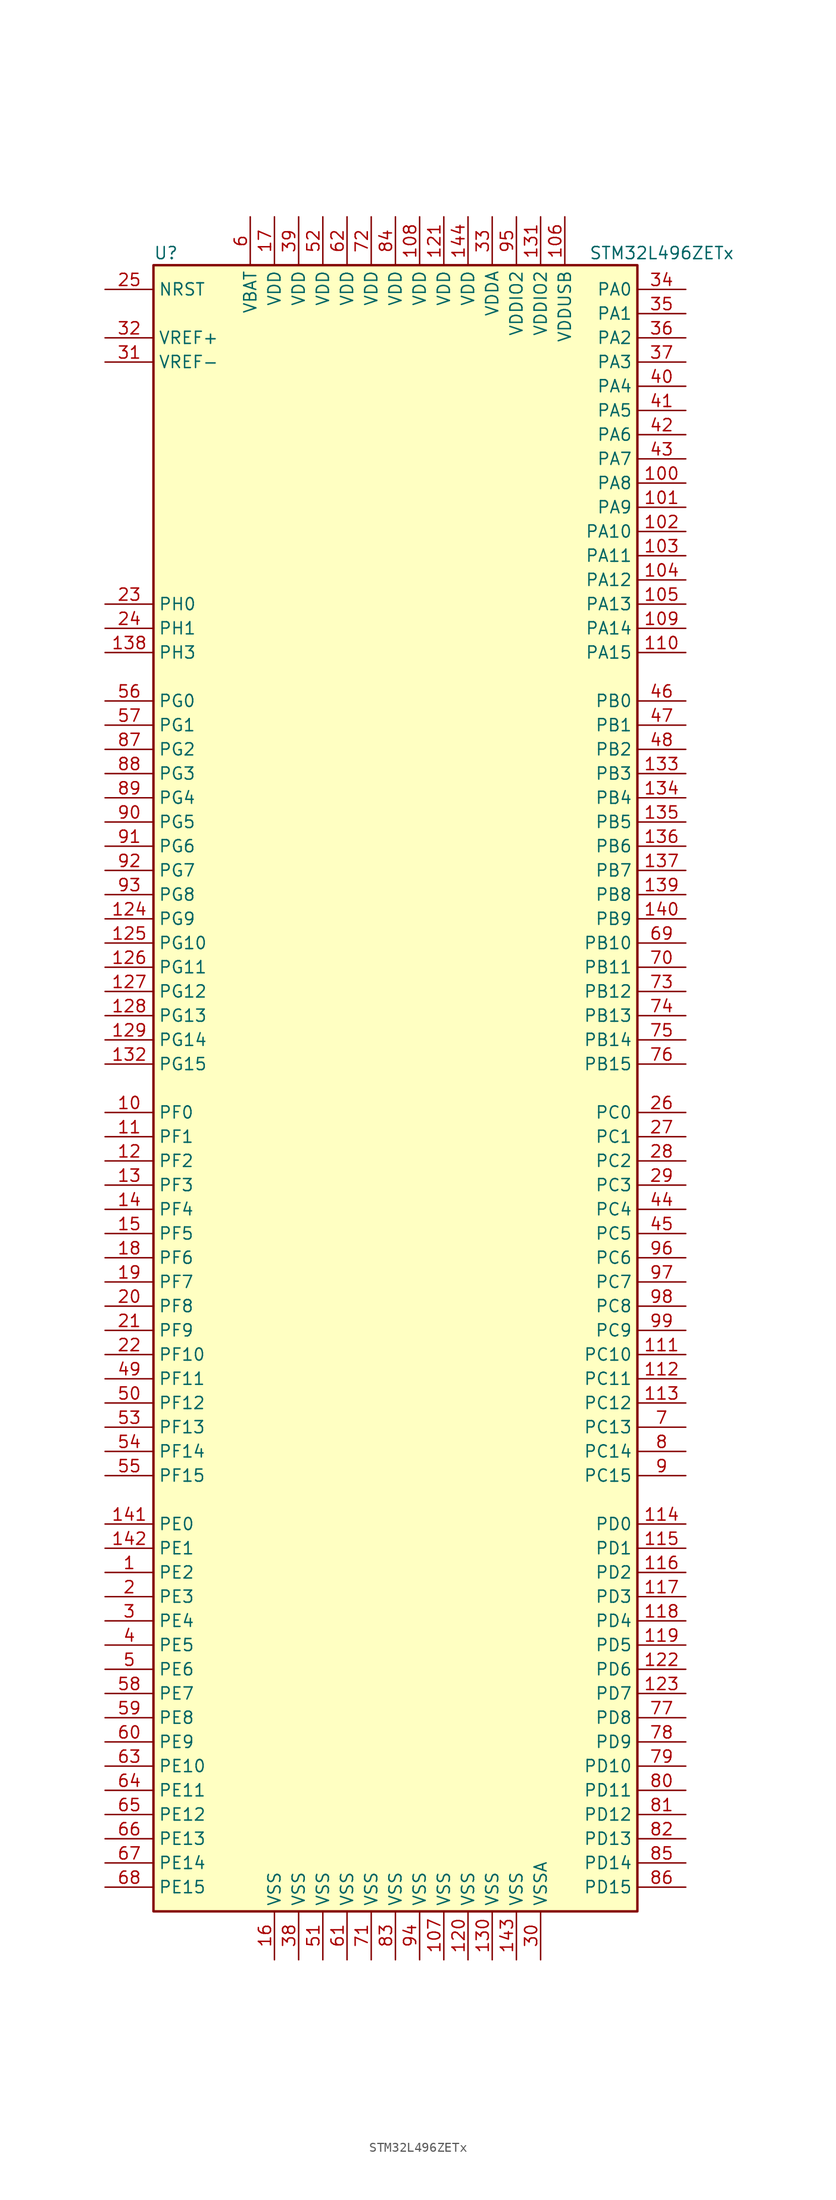
<source format=kicad_sym>
(kicad_symbol_lib
  (version 20201005)
  (generator kicad_symbol_editor)
  (symbol "MCU_ST_STM32L4:STM32L496ZETx"
    (property "Reference" "U"
      (at -25.4 87.63 0)
      (effects (font (size 1.27 1.27)) (justify left)))
    (property "Value" "STM32L496ZETx"
      (at 20.32 87.63 0)
      (effects (font (size 1.27 1.27)) (justify left)))
    (symbol "STM32L496ZETx_0_1"
      (rectangle (start -25.4 -86.36) (end 25.4 86.36) (stroke (width 0.254)) (fill (type background))))
    (symbol "STM32L496ZETx_1_1"
      (pin bidirectional line (at -30.48 -50.8 0) (length 5.08) (name "PE2" (effects (font (size 1.27 1.27)))) (number "1" (effects (font (size 1.27 1.27)))))
      (pin bidirectional line (at -30.48 -2.54 0) (length 5.08) (name "PF0" (effects (font (size 1.27 1.27)))) (number "10" (effects (font (size 1.27 1.27)))))
      (pin bidirectional line (at 30.48 63.5 180) (length 5.08) (name "PA8" (effects (font (size 1.27 1.27)))) (number "100" (effects (font (size 1.27 1.27)))))
      (pin bidirectional line (at 30.48 60.96 180) (length 5.08) (name "PA9" (effects (font (size 1.27 1.27)))) (number "101" (effects (font (size 1.27 1.27)))))
      (pin bidirectional line (at 30.48 58.42 180) (length 5.08) (name "PA10" (effects (font (size 1.27 1.27)))) (number "102" (effects (font (size 1.27 1.27)))))
      (pin bidirectional line (at 30.48 55.88 180) (length 5.08) (name "PA11" (effects (font (size 1.27 1.27)))) (number "103" (effects (font (size 1.27 1.27)))))
      (pin bidirectional line (at 30.48 53.34 180) (length 5.08) (name "PA12" (effects (font (size 1.27 1.27)))) (number "104" (effects (font (size 1.27 1.27)))))
      (pin bidirectional line (at 30.48 50.8 180) (length 5.08) (name "PA13" (effects (font (size 1.27 1.27)))) (number "105" (effects (font (size 1.27 1.27)))))
      (pin power_in line (at 17.78 91.44 270) (length 5.08) (name "VDDUSB" (effects (font (size 1.27 1.27)))) (number "106" (effects (font (size 1.27 1.27)))))
      (pin power_in line (at 5.08 -91.44 90) (length 5.08) (name "VSS" (effects (font (size 1.27 1.27)))) (number "107" (effects (font (size 1.27 1.27)))))
      (pin power_in line (at 2.54 91.44 270) (length 5.08) (name "VDD" (effects (font (size 1.27 1.27)))) (number "108" (effects (font (size 1.27 1.27)))))
      (pin bidirectional line (at 30.48 48.26 180) (length 5.08) (name "PA14" (effects (font (size 1.27 1.27)))) (number "109" (effects (font (size 1.27 1.27)))))
      (pin bidirectional line (at -30.48 -5.08 0) (length 5.08) (name "PF1" (effects (font (size 1.27 1.27)))) (number "11" (effects (font (size 1.27 1.27)))))
      (pin bidirectional line (at 30.48 45.72 180) (length 5.08) (name "PA15" (effects (font (size 1.27 1.27)))) (number "110" (effects (font (size 1.27 1.27)))))
      (pin bidirectional line (at 30.48 -27.94 180) (length 5.08) (name "PC10" (effects (font (size 1.27 1.27)))) (number "111" (effects (font (size 1.27 1.27)))))
      (pin bidirectional line (at 30.48 -30.48 180) (length 5.08) (name "PC11" (effects (font (size 1.27 1.27)))) (number "112" (effects (font (size 1.27 1.27)))))
      (pin bidirectional line (at 30.48 -33.02 180) (length 5.08) (name "PC12" (effects (font (size 1.27 1.27)))) (number "113" (effects (font (size 1.27 1.27)))))
      (pin bidirectional line (at 30.48 -45.72 180) (length 5.08) (name "PD0" (effects (font (size 1.27 1.27)))) (number "114" (effects (font (size 1.27 1.27)))))
      (pin bidirectional line (at 30.48 -48.26 180) (length 5.08) (name "PD1" (effects (font (size 1.27 1.27)))) (number "115" (effects (font (size 1.27 1.27)))))
      (pin bidirectional line (at 30.48 -50.8 180) (length 5.08) (name "PD2" (effects (font (size 1.27 1.27)))) (number "116" (effects (font (size 1.27 1.27)))))
      (pin bidirectional line (at 30.48 -53.34 180) (length 5.08) (name "PD3" (effects (font (size 1.27 1.27)))) (number "117" (effects (font (size 1.27 1.27)))))
      (pin bidirectional line (at 30.48 -55.88 180) (length 5.08) (name "PD4" (effects (font (size 1.27 1.27)))) (number "118" (effects (font (size 1.27 1.27)))))
      (pin bidirectional line (at 30.48 -58.42 180) (length 5.08) (name "PD5" (effects (font (size 1.27 1.27)))) (number "119" (effects (font (size 1.27 1.27)))))
      (pin bidirectional line (at -30.48 -7.62 0) (length 5.08) (name "PF2" (effects (font (size 1.27 1.27)))) (number "12" (effects (font (size 1.27 1.27)))))
      (pin power_in line (at 7.62 -91.44 90) (length 5.08) (name "VSS" (effects (font (size 1.27 1.27)))) (number "120" (effects (font (size 1.27 1.27)))))
      (pin power_in line (at 5.08 91.44 270) (length 5.08) (name "VDD" (effects (font (size 1.27 1.27)))) (number "121" (effects (font (size 1.27 1.27)))))
      (pin bidirectional line (at 30.48 -60.96 180) (length 5.08) (name "PD6" (effects (font (size 1.27 1.27)))) (number "122" (effects (font (size 1.27 1.27)))))
      (pin bidirectional line (at 30.48 -63.5 180) (length 5.08) (name "PD7" (effects (font (size 1.27 1.27)))) (number "123" (effects (font (size 1.27 1.27)))))
      (pin bidirectional line (at -30.48 17.78 0) (length 5.08) (name "PG9" (effects (font (size 1.27 1.27)))) (number "124" (effects (font (size 1.27 1.27)))))
      (pin bidirectional line (at -30.48 15.24 0) (length 5.08) (name "PG10" (effects (font (size 1.27 1.27)))) (number "125" (effects (font (size 1.27 1.27)))))
      (pin bidirectional line (at -30.48 12.7 0) (length 5.08) (name "PG11" (effects (font (size 1.27 1.27)))) (number "126" (effects (font (size 1.27 1.27)))))
      (pin bidirectional line (at -30.48 10.16 0) (length 5.08) (name "PG12" (effects (font (size 1.27 1.27)))) (number "127" (effects (font (size 1.27 1.27)))))
      (pin bidirectional line (at -30.48 7.62 0) (length 5.08) (name "PG13" (effects (font (size 1.27 1.27)))) (number "128" (effects (font (size 1.27 1.27)))))
      (pin bidirectional line (at -30.48 5.08 0) (length 5.08) (name "PG14" (effects (font (size 1.27 1.27)))) (number "129" (effects (font (size 1.27 1.27)))))
      (pin bidirectional line (at -30.48 -10.16 0) (length 5.08) (name "PF3" (effects (font (size 1.27 1.27)))) (number "13" (effects (font (size 1.27 1.27)))))
      (pin power_in line (at 10.16 -91.44 90) (length 5.08) (name "VSS" (effects (font (size 1.27 1.27)))) (number "130" (effects (font (size 1.27 1.27)))))
      (pin power_in line (at 15.24 91.44 270) (length 5.08) (name "VDDIO2" (effects (font (size 1.27 1.27)))) (number "131" (effects (font (size 1.27 1.27)))))
      (pin bidirectional line (at -30.48 2.54 0) (length 5.08) (name "PG15" (effects (font (size 1.27 1.27)))) (number "132" (effects (font (size 1.27 1.27)))))
      (pin bidirectional line (at 30.48 33.02 180) (length 5.08) (name "PB3" (effects (font (size 1.27 1.27)))) (number "133" (effects (font (size 1.27 1.27)))))
      (pin bidirectional line (at 30.48 30.48 180) (length 5.08) (name "PB4" (effects (font (size 1.27 1.27)))) (number "134" (effects (font (size 1.27 1.27)))))
      (pin bidirectional line (at 30.48 27.94 180) (length 5.08) (name "PB5" (effects (font (size 1.27 1.27)))) (number "135" (effects (font (size 1.27 1.27)))))
      (pin bidirectional line (at 30.48 25.4 180) (length 5.08) (name "PB6" (effects (font (size 1.27 1.27)))) (number "136" (effects (font (size 1.27 1.27)))))
      (pin bidirectional line (at 30.48 22.86 180) (length 5.08) (name "PB7" (effects (font (size 1.27 1.27)))) (number "137" (effects (font (size 1.27 1.27)))))
      (pin bidirectional line (at -30.48 45.72 0) (length 5.08) (name "PH3" (effects (font (size 1.27 1.27)))) (number "138" (effects (font (size 1.27 1.27)))))
      (pin bidirectional line (at 30.48 20.32 180) (length 5.08) (name "PB8" (effects (font (size 1.27 1.27)))) (number "139" (effects (font (size 1.27 1.27)))))
      (pin bidirectional line (at -30.48 -12.7 0) (length 5.08) (name "PF4" (effects (font (size 1.27 1.27)))) (number "14" (effects (font (size 1.27 1.27)))))
      (pin bidirectional line (at 30.48 17.78 180) (length 5.08) (name "PB9" (effects (font (size 1.27 1.27)))) (number "140" (effects (font (size 1.27 1.27)))))
      (pin bidirectional line (at -30.48 -45.72 0) (length 5.08) (name "PE0" (effects (font (size 1.27 1.27)))) (number "141" (effects (font (size 1.27 1.27)))))
      (pin bidirectional line (at -30.48 -48.26 0) (length 5.08) (name "PE1" (effects (font (size 1.27 1.27)))) (number "142" (effects (font (size 1.27 1.27)))))
      (pin power_in line (at 12.7 -91.44 90) (length 5.08) (name "VSS" (effects (font (size 1.27 1.27)))) (number "143" (effects (font (size 1.27 1.27)))))
      (pin power_in line (at 7.62 91.44 270) (length 5.08) (name "VDD" (effects (font (size 1.27 1.27)))) (number "144" (effects (font (size 1.27 1.27)))))
      (pin bidirectional line (at -30.48 -15.24 0) (length 5.08) (name "PF5" (effects (font (size 1.27 1.27)))) (number "15" (effects (font (size 1.27 1.27)))))
      (pin power_in line (at -12.7 -91.44 90) (length 5.08) (name "VSS" (effects (font (size 1.27 1.27)))) (number "16" (effects (font (size 1.27 1.27)))))
      (pin power_in line (at -12.7 91.44 270) (length 5.08) (name "VDD" (effects (font (size 1.27 1.27)))) (number "17" (effects (font (size 1.27 1.27)))))
      (pin bidirectional line (at -30.48 -17.78 0) (length 5.08) (name "PF6" (effects (font (size 1.27 1.27)))) (number "18" (effects (font (size 1.27 1.27)))))
      (pin bidirectional line (at -30.48 -20.32 0) (length 5.08) (name "PF7" (effects (font (size 1.27 1.27)))) (number "19" (effects (font (size 1.27 1.27)))))
      (pin bidirectional line (at -30.48 -53.34 0) (length 5.08) (name "PE3" (effects (font (size 1.27 1.27)))) (number "2" (effects (font (size 1.27 1.27)))))
      (pin bidirectional line (at -30.48 -22.86 0) (length 5.08) (name "PF8" (effects (font (size 1.27 1.27)))) (number "20" (effects (font (size 1.27 1.27)))))
      (pin bidirectional line (at -30.48 -25.4 0) (length 5.08) (name "PF9" (effects (font (size 1.27 1.27)))) (number "21" (effects (font (size 1.27 1.27)))))
      (pin bidirectional line (at -30.48 -27.94 0) (length 5.08) (name "PF10" (effects (font (size 1.27 1.27)))) (number "22" (effects (font (size 1.27 1.27)))))
      (pin input line (at -30.48 50.8 0) (length 5.08) (name "PH0" (effects (font (size 1.27 1.27)))) (number "23" (effects (font (size 1.27 1.27)))))
      (pin input line (at -30.48 48.26 0) (length 5.08) (name "PH1" (effects (font (size 1.27 1.27)))) (number "24" (effects (font (size 1.27 1.27)))))
      (pin input line (at -30.48 83.82 0) (length 5.08) (name "NRST" (effects (font (size 1.27 1.27)))) (number "25" (effects (font (size 1.27 1.27)))))
      (pin bidirectional line (at 30.48 -2.54 180) (length 5.08) (name "PC0" (effects (font (size 1.27 1.27)))) (number "26" (effects (font (size 1.27 1.27)))))
      (pin bidirectional line (at 30.48 -5.08 180) (length 5.08) (name "PC1" (effects (font (size 1.27 1.27)))) (number "27" (effects (font (size 1.27 1.27)))))
      (pin bidirectional line (at 30.48 -7.62 180) (length 5.08) (name "PC2" (effects (font (size 1.27 1.27)))) (number "28" (effects (font (size 1.27 1.27)))))
      (pin bidirectional line (at 30.48 -10.16 180) (length 5.08) (name "PC3" (effects (font (size 1.27 1.27)))) (number "29" (effects (font (size 1.27 1.27)))))
      (pin bidirectional line (at -30.48 -55.88 0) (length 5.08) (name "PE4" (effects (font (size 1.27 1.27)))) (number "3" (effects (font (size 1.27 1.27)))))
      (pin power_in line (at 15.24 -91.44 90) (length 5.08) (name "VSSA" (effects (font (size 1.27 1.27)))) (number "30" (effects (font (size 1.27 1.27)))))
      (pin power_in line (at -30.48 76.2 0) (length 5.08) (name "VREF-" (effects (font (size 1.27 1.27)))) (number "31" (effects (font (size 1.27 1.27)))))
      (pin bidirectional line (at -30.48 78.74 0) (length 5.08) (name "VREF+" (effects (font (size 1.27 1.27)))) (number "32" (effects (font (size 1.27 1.27)))))
      (pin power_in line (at 10.16 91.44 270) (length 5.08) (name "VDDA" (effects (font (size 1.27 1.27)))) (number "33" (effects (font (size 1.27 1.27)))))
      (pin bidirectional line (at 30.48 83.82 180) (length 5.08) (name "PA0" (effects (font (size 1.27 1.27)))) (number "34" (effects (font (size 1.27 1.27)))))
      (pin bidirectional line (at 30.48 81.28 180) (length 5.08) (name "PA1" (effects (font (size 1.27 1.27)))) (number "35" (effects (font (size 1.27 1.27)))))
      (pin bidirectional line (at 30.48 78.74 180) (length 5.08) (name "PA2" (effects (font (size 1.27 1.27)))) (number "36" (effects (font (size 1.27 1.27)))))
      (pin bidirectional line (at 30.48 76.2 180) (length 5.08) (name "PA3" (effects (font (size 1.27 1.27)))) (number "37" (effects (font (size 1.27 1.27)))))
      (pin power_in line (at -10.16 -91.44 90) (length 5.08) (name "VSS" (effects (font (size 1.27 1.27)))) (number "38" (effects (font (size 1.27 1.27)))))
      (pin power_in line (at -10.16 91.44 270) (length 5.08) (name "VDD" (effects (font (size 1.27 1.27)))) (number "39" (effects (font (size 1.27 1.27)))))
      (pin bidirectional line (at -30.48 -58.42 0) (length 5.08) (name "PE5" (effects (font (size 1.27 1.27)))) (number "4" (effects (font (size 1.27 1.27)))))
      (pin bidirectional line (at 30.48 73.66 180) (length 5.08) (name "PA4" (effects (font (size 1.27 1.27)))) (number "40" (effects (font (size 1.27 1.27)))))
      (pin bidirectional line (at 30.48 71.12 180) (length 5.08) (name "PA5" (effects (font (size 1.27 1.27)))) (number "41" (effects (font (size 1.27 1.27)))))
      (pin bidirectional line (at 30.48 68.58 180) (length 5.08) (name "PA6" (effects (font (size 1.27 1.27)))) (number "42" (effects (font (size 1.27 1.27)))))
      (pin bidirectional line (at 30.48 66.04 180) (length 5.08) (name "PA7" (effects (font (size 1.27 1.27)))) (number "43" (effects (font (size 1.27 1.27)))))
      (pin bidirectional line (at 30.48 -12.7 180) (length 5.08) (name "PC4" (effects (font (size 1.27 1.27)))) (number "44" (effects (font (size 1.27 1.27)))))
      (pin bidirectional line (at 30.48 -15.24 180) (length 5.08) (name "PC5" (effects (font (size 1.27 1.27)))) (number "45" (effects (font (size 1.27 1.27)))))
      (pin bidirectional line (at 30.48 40.64 180) (length 5.08) (name "PB0" (effects (font (size 1.27 1.27)))) (number "46" (effects (font (size 1.27 1.27)))))
      (pin bidirectional line (at 30.48 38.1 180) (length 5.08) (name "PB1" (effects (font (size 1.27 1.27)))) (number "47" (effects (font (size 1.27 1.27)))))
      (pin bidirectional line (at 30.48 35.56 180) (length 5.08) (name "PB2" (effects (font (size 1.27 1.27)))) (number "48" (effects (font (size 1.27 1.27)))))
      (pin bidirectional line (at -30.48 -30.48 0) (length 5.08) (name "PF11" (effects (font (size 1.27 1.27)))) (number "49" (effects (font (size 1.27 1.27)))))
      (pin bidirectional line (at -30.48 -60.96 0) (length 5.08) (name "PE6" (effects (font (size 1.27 1.27)))) (number "5" (effects (font (size 1.27 1.27)))))
      (pin bidirectional line (at -30.48 -33.02 0) (length 5.08) (name "PF12" (effects (font (size 1.27 1.27)))) (number "50" (effects (font (size 1.27 1.27)))))
      (pin power_in line (at -7.62 -91.44 90) (length 5.08) (name "VSS" (effects (font (size 1.27 1.27)))) (number "51" (effects (font (size 1.27 1.27)))))
      (pin power_in line (at -7.62 91.44 270) (length 5.08) (name "VDD" (effects (font (size 1.27 1.27)))) (number "52" (effects (font (size 1.27 1.27)))))
      (pin bidirectional line (at -30.48 -35.56 0) (length 5.08) (name "PF13" (effects (font (size 1.27 1.27)))) (number "53" (effects (font (size 1.27 1.27)))))
      (pin bidirectional line (at -30.48 -38.1 0) (length 5.08) (name "PF14" (effects (font (size 1.27 1.27)))) (number "54" (effects (font (size 1.27 1.27)))))
      (pin bidirectional line (at -30.48 -40.64 0) (length 5.08) (name "PF15" (effects (font (size 1.27 1.27)))) (number "55" (effects (font (size 1.27 1.27)))))
      (pin bidirectional line (at -30.48 40.64 0) (length 5.08) (name "PG0" (effects (font (size 1.27 1.27)))) (number "56" (effects (font (size 1.27 1.27)))))
      (pin bidirectional line (at -30.48 38.1 0) (length 5.08) (name "PG1" (effects (font (size 1.27 1.27)))) (number "57" (effects (font (size 1.27 1.27)))))
      (pin bidirectional line (at -30.48 -63.5 0) (length 5.08) (name "PE7" (effects (font (size 1.27 1.27)))) (number "58" (effects (font (size 1.27 1.27)))))
      (pin bidirectional line (at -30.48 -66.04 0) (length 5.08) (name "PE8" (effects (font (size 1.27 1.27)))) (number "59" (effects (font (size 1.27 1.27)))))
      (pin power_in line (at -15.24 91.44 270) (length 5.08) (name "VBAT" (effects (font (size 1.27 1.27)))) (number "6" (effects (font (size 1.27 1.27)))))
      (pin bidirectional line (at -30.48 -68.58 0) (length 5.08) (name "PE9" (effects (font (size 1.27 1.27)))) (number "60" (effects (font (size 1.27 1.27)))))
      (pin power_in line (at -5.08 -91.44 90) (length 5.08) (name "VSS" (effects (font (size 1.27 1.27)))) (number "61" (effects (font (size 1.27 1.27)))))
      (pin power_in line (at -5.08 91.44 270) (length 5.08) (name "VDD" (effects (font (size 1.27 1.27)))) (number "62" (effects (font (size 1.27 1.27)))))
      (pin bidirectional line (at -30.48 -71.12 0) (length 5.08) (name "PE10" (effects (font (size 1.27 1.27)))) (number "63" (effects (font (size 1.27 1.27)))))
      (pin bidirectional line (at -30.48 -73.66 0) (length 5.08) (name "PE11" (effects (font (size 1.27 1.27)))) (number "64" (effects (font (size 1.27 1.27)))))
      (pin bidirectional line (at -30.48 -76.2 0) (length 5.08) (name "PE12" (effects (font (size 1.27 1.27)))) (number "65" (effects (font (size 1.27 1.27)))))
      (pin bidirectional line (at -30.48 -78.74 0) (length 5.08) (name "PE13" (effects (font (size 1.27 1.27)))) (number "66" (effects (font (size 1.27 1.27)))))
      (pin bidirectional line (at -30.48 -81.28 0) (length 5.08) (name "PE14" (effects (font (size 1.27 1.27)))) (number "67" (effects (font (size 1.27 1.27)))))
      (pin bidirectional line (at -30.48 -83.82 0) (length 5.08) (name "PE15" (effects (font (size 1.27 1.27)))) (number "68" (effects (font (size 1.27 1.27)))))
      (pin bidirectional line (at 30.48 15.24 180) (length 5.08) (name "PB10" (effects (font (size 1.27 1.27)))) (number "69" (effects (font (size 1.27 1.27)))))
      (pin bidirectional line (at 30.48 -35.56 180) (length 5.08) (name "PC13" (effects (font (size 1.27 1.27)))) (number "7" (effects (font (size 1.27 1.27)))))
      (pin bidirectional line (at 30.48 12.7 180) (length 5.08) (name "PB11" (effects (font (size 1.27 1.27)))) (number "70" (effects (font (size 1.27 1.27)))))
      (pin power_in line (at -2.54 -91.44 90) (length 5.08) (name "VSS" (effects (font (size 1.27 1.27)))) (number "71" (effects (font (size 1.27 1.27)))))
      (pin power_in line (at -2.54 91.44 270) (length 5.08) (name "VDD" (effects (font (size 1.27 1.27)))) (number "72" (effects (font (size 1.27 1.27)))))
      (pin bidirectional line (at 30.48 10.16 180) (length 5.08) (name "PB12" (effects (font (size 1.27 1.27)))) (number "73" (effects (font (size 1.27 1.27)))))
      (pin bidirectional line (at 30.48 7.62 180) (length 5.08) (name "PB13" (effects (font (size 1.27 1.27)))) (number "74" (effects (font (size 1.27 1.27)))))
      (pin bidirectional line (at 30.48 5.08 180) (length 5.08) (name "PB14" (effects (font (size 1.27 1.27)))) (number "75" (effects (font (size 1.27 1.27)))))
      (pin bidirectional line (at 30.48 2.54 180) (length 5.08) (name "PB15" (effects (font (size 1.27 1.27)))) (number "76" (effects (font (size 1.27 1.27)))))
      (pin bidirectional line (at 30.48 -66.04 180) (length 5.08) (name "PD8" (effects (font (size 1.27 1.27)))) (number "77" (effects (font (size 1.27 1.27)))))
      (pin bidirectional line (at 30.48 -68.58 180) (length 5.08) (name "PD9" (effects (font (size 1.27 1.27)))) (number "78" (effects (font (size 1.27 1.27)))))
      (pin bidirectional line (at 30.48 -71.12 180) (length 5.08) (name "PD10" (effects (font (size 1.27 1.27)))) (number "79" (effects (font (size 1.27 1.27)))))
      (pin bidirectional line (at 30.48 -38.1 180) (length 5.08) (name "PC14" (effects (font (size 1.27 1.27)))) (number "8" (effects (font (size 1.27 1.27)))))
      (pin bidirectional line (at 30.48 -73.66 180) (length 5.08) (name "PD11" (effects (font (size 1.27 1.27)))) (number "80" (effects (font (size 1.27 1.27)))))
      (pin bidirectional line (at 30.48 -76.2 180) (length 5.08) (name "PD12" (effects (font (size 1.27 1.27)))) (number "81" (effects (font (size 1.27 1.27)))))
      (pin bidirectional line (at 30.48 -78.74 180) (length 5.08) (name "PD13" (effects (font (size 1.27 1.27)))) (number "82" (effects (font (size 1.27 1.27)))))
      (pin power_in line (at 0 -91.44 90) (length 5.08) (name "VSS" (effects (font (size 1.27 1.27)))) (number "83" (effects (font (size 1.27 1.27)))))
      (pin power_in line (at 0 91.44 270) (length 5.08) (name "VDD" (effects (font (size 1.27 1.27)))) (number "84" (effects (font (size 1.27 1.27)))))
      (pin bidirectional line (at 30.48 -81.28 180) (length 5.08) (name "PD14" (effects (font (size 1.27 1.27)))) (number "85" (effects (font (size 1.27 1.27)))))
      (pin bidirectional line (at 30.48 -83.82 180) (length 5.08) (name "PD15" (effects (font (size 1.27 1.27)))) (number "86" (effects (font (size 1.27 1.27)))))
      (pin bidirectional line (at -30.48 35.56 0) (length 5.08) (name "PG2" (effects (font (size 1.27 1.27)))) (number "87" (effects (font (size 1.27 1.27)))))
      (pin bidirectional line (at -30.48 33.02 0) (length 5.08) (name "PG3" (effects (font (size 1.27 1.27)))) (number "88" (effects (font (size 1.27 1.27)))))
      (pin bidirectional line (at -30.48 30.48 0) (length 5.08) (name "PG4" (effects (font (size 1.27 1.27)))) (number "89" (effects (font (size 1.27 1.27)))))
      (pin bidirectional line (at 30.48 -40.64 180) (length 5.08) (name "PC15" (effects (font (size 1.27 1.27)))) (number "9" (effects (font (size 1.27 1.27)))))
      (pin bidirectional line (at -30.48 27.94 0) (length 5.08) (name "PG5" (effects (font (size 1.27 1.27)))) (number "90" (effects (font (size 1.27 1.27)))))
      (pin bidirectional line (at -30.48 25.4 0) (length 5.08) (name "PG6" (effects (font (size 1.27 1.27)))) (number "91" (effects (font (size 1.27 1.27)))))
      (pin bidirectional line (at -30.48 22.86 0) (length 5.08) (name "PG7" (effects (font (size 1.27 1.27)))) (number "92" (effects (font (size 1.27 1.27)))))
      (pin bidirectional line (at -30.48 20.32 0) (length 5.08) (name "PG8" (effects (font (size 1.27 1.27)))) (number "93" (effects (font (size 1.27 1.27)))))
      (pin power_in line (at 2.54 -91.44 90) (length 5.08) (name "VSS" (effects (font (size 1.27 1.27)))) (number "94" (effects (font (size 1.27 1.27)))))
      (pin power_in line (at 12.7 91.44 270) (length 5.08) (name "VDDIO2" (effects (font (size 1.27 1.27)))) (number "95" (effects (font (size 1.27 1.27)))))
      (pin bidirectional line (at 30.48 -17.78 180) (length 5.08) (name "PC6" (effects (font (size 1.27 1.27)))) (number "96" (effects (font (size 1.27 1.27)))))
      (pin bidirectional line (at 30.48 -20.32 180) (length 5.08) (name "PC7" (effects (font (size 1.27 1.27)))) (number "97" (effects (font (size 1.27 1.27)))))
      (pin bidirectional line (at 30.48 -22.86 180) (length 5.08) (name "PC8" (effects (font (size 1.27 1.27)))) (number "98" (effects (font (size 1.27 1.27)))))
      (pin bidirectional line (at 30.48 -25.4 180) (length 5.08) (name "PC9" (effects (font (size 1.27 1.27)))) (number "99" (effects (font (size 1.27 1.27))))))))
</source>
